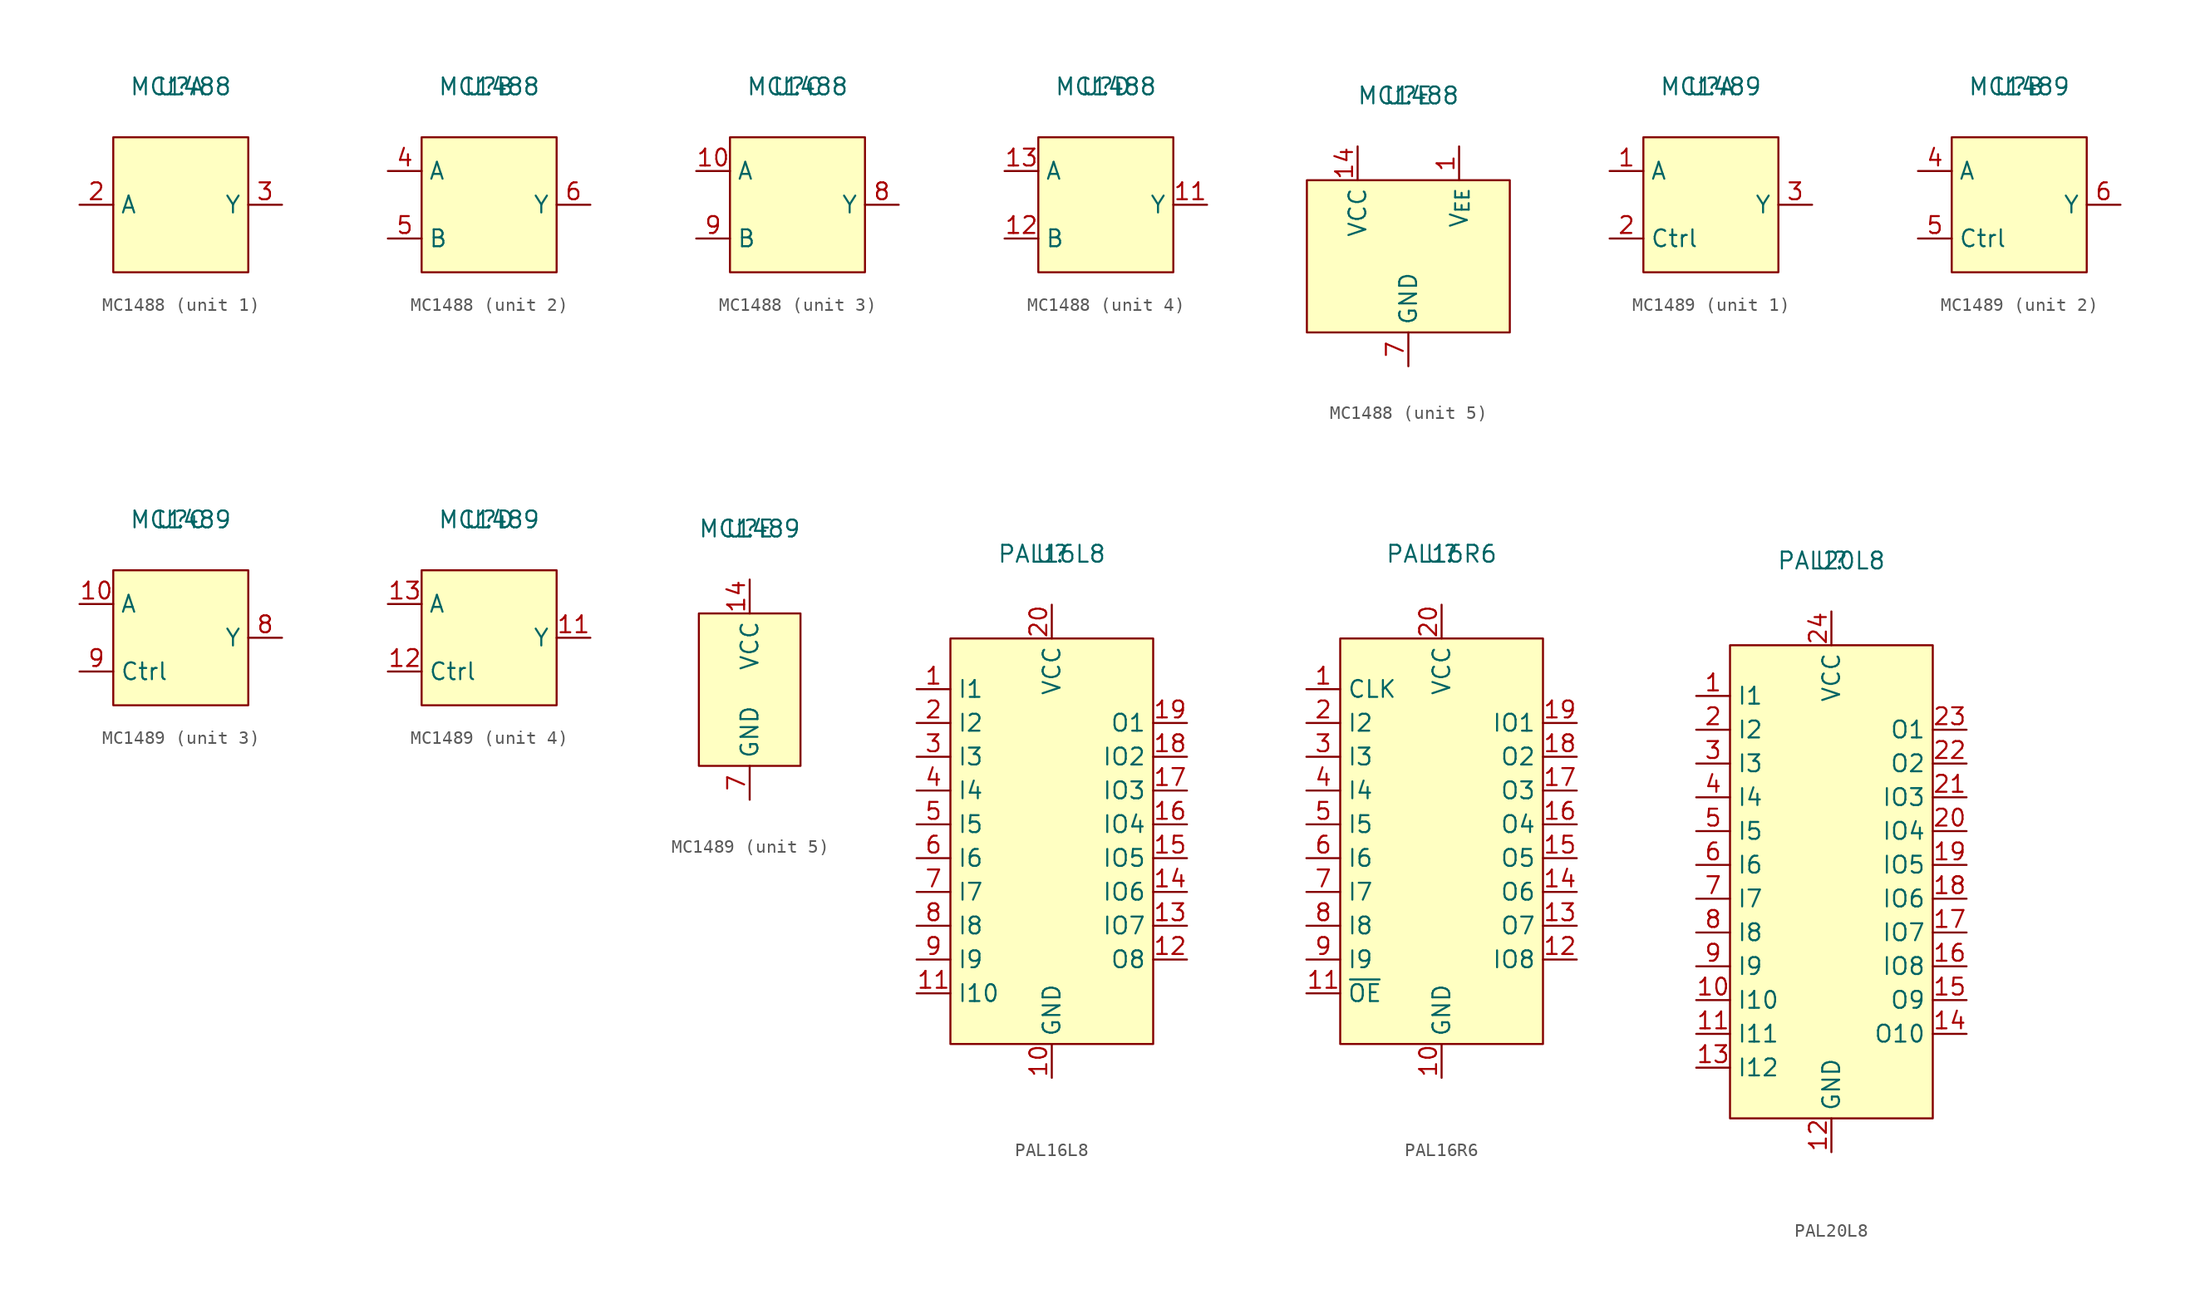
<source format=kicad_sym>
(kicad_symbol_lib
  (version 20220914)
  (generator kicad_symbol_editor)
  (symbol "MC1488"
    (property "Reference" "U"
      (at 0 0 0)
      (effects (font (size 1.27 1.27))))
    (property "Value" "MC1488"
      (at 0 0 0)
      (effects (font (size 1.27 1.27))))
    (property "ki_locked" ""
      (at 0 0 0)
      (effects (font (size 1.27 1.27))))
    (symbol "MC1488_1_1"
      (rectangle (start -5.08 -3.81) (end 5.08 -13.97) (stroke (width 0) (type default)) (fill (type background)))
      (pin input line (at -7.62 -8.89 0) (length 2.54) (name "A" (effects (font (size 1.27 1.27)))) (number "2" (effects (font (size 1.27 1.27)))))
      (pin output line (at 7.62 -8.89 180) (length 2.54) (name "Y" (effects (font (size 1.27 1.27)))) (number "3" (effects (font (size 1.27 1.27))))))
    (symbol "MC1488_2_1"
      (rectangle (start -5.08 -3.81) (end 5.08 -13.97) (stroke (width 0) (type default)) (fill (type background)))
      (pin input line (at -7.62 -6.35 0) (length 2.54) (name "A" (effects (font (size 1.27 1.27)))) (number "4" (effects (font (size 1.27 1.27)))))
      (pin input line (at -7.62 -11.43 0) (length 2.54) (name "B" (effects (font (size 1.27 1.27)))) (number "5" (effects (font (size 1.27 1.27)))))
      (pin output line (at 7.62 -8.89 180) (length 2.54) (name "Y" (effects (font (size 1.27 1.27)))) (number "6" (effects (font (size 1.27 1.27))))))
    (symbol "MC1488_3_1"
      (rectangle (start -5.08 -3.81) (end 5.08 -13.97) (stroke (width 0) (type default)) (fill (type background)))
      (pin input line (at -7.62 -6.35 0) (length 2.54) (name "A" (effects (font (size 1.27 1.27)))) (number "10" (effects (font (size 1.27 1.27)))))
      (pin output line (at 7.62 -8.89 180) (length 2.54) (name "Y" (effects (font (size 1.27 1.27)))) (number "8" (effects (font (size 1.27 1.27)))))
      (pin input line (at -7.62 -11.43 0) (length 2.54) (name "B" (effects (font (size 1.27 1.27)))) (number "9" (effects (font (size 1.27 1.27))))))
    (symbol "MC1488_4_1"
      (rectangle (start -5.08 -3.81) (end 5.08 -13.97) (stroke (width 0) (type default)) (fill (type background)))
      (pin output line (at 7.62 -8.89 180) (length 2.54) (name "Y" (effects (font (size 1.27 1.27)))) (number "11" (effects (font (size 1.27 1.27)))))
      (pin input line (at -7.62 -11.43 0) (length 2.54) (name "B" (effects (font (size 1.27 1.27)))) (number "12" (effects (font (size 1.27 1.27)))))
      (pin input line (at -7.62 -6.35 0) (length 2.54) (name "A" (effects (font (size 1.27 1.27)))) (number "13" (effects (font (size 1.27 1.27))))))
    (symbol "MC1488_5_1"
      (rectangle (start -7.62 -6.35) (end 7.62 -17.78) (stroke (width 0) (type default)) (fill (type background)))
      (pin power_in line (at 3.81 -3.81 270) (length 2.54) (name "V_{EE}" (effects (font (size 1.27 1.27)))) (number "1" (effects (font (size 1.27 1.27)))))
      (pin power_in line (at -3.81 -3.81 270) (length 2.54) (name "VCC" (effects (font (size 1.27 1.27)))) (number "14" (effects (font (size 1.27 1.27)))))
      (pin power_in line (at 0 -20.32 90) (length 2.54) (name "GND" (effects (font (size 1.27 1.27)))) (number "7" (effects (font (size 1.27 1.27)))))))
  (symbol "MC1489"
    (property "Reference" "U"
      (at 0 0 0)
      (effects (font (size 1.27 1.27))))
    (property "Value" "MC1489"
      (at 0 0 0)
      (effects (font (size 1.27 1.27))))
    (property "ki_locked" ""
      (at 0 0 0)
      (effects (font (size 1.27 1.27))))
    (symbol "MC1489_1_1"
      (rectangle (start -5.08 -3.81) (end 5.08 -13.97) (stroke (width 0) (type default)) (fill (type background)))
      (pin input line (at -7.62 -6.35 0) (length 2.54) (name "A" (effects (font (size 1.27 1.27)))) (number "1" (effects (font (size 1.27 1.27)))))
      (pin input line (at -7.62 -11.43 0) (length 2.54) (name "Ctrl" (effects (font (size 1.27 1.27)))) (number "2" (effects (font (size 1.27 1.27)))))
      (pin output line (at 7.62 -8.89 180) (length 2.54) (name "Y" (effects (font (size 1.27 1.27)))) (number "3" (effects (font (size 1.27 1.27))))))
    (symbol "MC1489_2_1"
      (rectangle (start -5.08 -3.81) (end 5.08 -13.97) (stroke (width 0) (type default)) (fill (type background)))
      (pin input line (at -7.62 -6.35 0) (length 2.54) (name "A" (effects (font (size 1.27 1.27)))) (number "4" (effects (font (size 1.27 1.27)))))
      (pin input line (at -7.62 -11.43 0) (length 2.54) (name "Ctrl" (effects (font (size 1.27 1.27)))) (number "5" (effects (font (size 1.27 1.27)))))
      (pin output line (at 7.62 -8.89 180) (length 2.54) (name "Y" (effects (font (size 1.27 1.27)))) (number "6" (effects (font (size 1.27 1.27))))))
    (symbol "MC1489_3_1"
      (rectangle (start -5.08 -3.81) (end 5.08 -13.97) (stroke (width 0) (type default)) (fill (type background)))
      (pin input line (at -7.62 -6.35 0) (length 2.54) (name "A" (effects (font (size 1.27 1.27)))) (number "10" (effects (font (size 1.27 1.27)))))
      (pin output line (at 7.62 -8.89 180) (length 2.54) (name "Y" (effects (font (size 1.27 1.27)))) (number "8" (effects (font (size 1.27 1.27)))))
      (pin input line (at -7.62 -11.43 0) (length 2.54) (name "Ctrl" (effects (font (size 1.27 1.27)))) (number "9" (effects (font (size 1.27 1.27))))))
    (symbol "MC1489_4_1"
      (rectangle (start -5.08 -3.81) (end 5.08 -13.97) (stroke (width 0) (type default)) (fill (type background)))
      (pin output line (at 7.62 -8.89 180) (length 2.54) (name "Y" (effects (font (size 1.27 1.27)))) (number "11" (effects (font (size 1.27 1.27)))))
      (pin input line (at -7.62 -11.43 0) (length 2.54) (name "Ctrl" (effects (font (size 1.27 1.27)))) (number "12" (effects (font (size 1.27 1.27)))))
      (pin input line (at -7.62 -6.35 0) (length 2.54) (name "A" (effects (font (size 1.27 1.27)))) (number "13" (effects (font (size 1.27 1.27))))))
    (symbol "MC1489_5_1"
      (rectangle (start -3.81 -6.35) (end 3.81 -17.78) (stroke (width 0) (type default)) (fill (type background)))
      (pin power_in line (at 0 -3.81 270) (length 2.54) (name "VCC" (effects (font (size 1.27 1.27)))) (number "14" (effects (font (size 1.27 1.27)))))
      (pin power_in line (at 0 -20.32 90) (length 2.54) (name "GND" (effects (font (size 1.27 1.27)))) (number "7" (effects (font (size 1.27 1.27)))))))
  (symbol "PAL16L8"
    (property "Reference" "U"
      (at 0 0 0)
      (effects (font (size 1.27 1.27))))
    (property "Value" "PAL16L8"
      (at 0 0 0)
      (effects (font (size 1.27 1.27))))
    (symbol "PAL16L8_1_1"
      (rectangle (start -7.62 -6.35) (end 7.62 -36.83) (stroke (width 0) (type default)) (fill (type background)))
      (pin input line (at -10.16 -10.16 0) (length 2.54) (name "I1" (effects (font (size 1.27 1.27)))) (number "1" (effects (font (size 1.27 1.27)))))
      (pin power_in line (at 0 -39.37 90) (length 2.54) (name "GND" (effects (font (size 1.27 1.27)))) (number "10" (effects (font (size 1.27 1.27)))))
      (pin input line (at -10.16 -33.02 0) (length 2.54) (name "I10" (effects (font (size 1.27 1.27)))) (number "11" (effects (font (size 1.27 1.27)))))
      (pin tri_state line (at 10.16 -30.48 180) (length 2.54) (name "O8" (effects (font (size 1.27 1.27)))) (number "12" (effects (font (size 1.27 1.27)))))
      (pin bidirectional line (at 10.16 -27.94 180) (length 2.54) (name "IO7" (effects (font (size 1.27 1.27)))) (number "13" (effects (font (size 1.27 1.27)))))
      (pin bidirectional line (at 10.16 -25.4 180) (length 2.54) (name "IO6" (effects (font (size 1.27 1.27)))) (number "14" (effects (font (size 1.27 1.27)))))
      (pin bidirectional line (at 10.16 -22.86 180) (length 2.54) (name "IO5" (effects (font (size 1.27 1.27)))) (number "15" (effects (font (size 1.27 1.27)))))
      (pin bidirectional line (at 10.16 -20.32 180) (length 2.54) (name "IO4" (effects (font (size 1.27 1.27)))) (number "16" (effects (font (size 1.27 1.27)))))
      (pin bidirectional line (at 10.16 -17.78 180) (length 2.54) (name "IO3" (effects (font (size 1.27 1.27)))) (number "17" (effects (font (size 1.27 1.27)))))
      (pin bidirectional line (at 10.16 -15.24 180) (length 2.54) (name "IO2" (effects (font (size 1.27 1.27)))) (number "18" (effects (font (size 1.27 1.27)))))
      (pin tri_state line (at 10.16 -12.7 180) (length 2.54) (name "O1" (effects (font (size 1.27 1.27)))) (number "19" (effects (font (size 1.27 1.27)))))
      (pin input line (at -10.16 -12.7 0) (length 2.54) (name "I2" (effects (font (size 1.27 1.27)))) (number "2" (effects (font (size 1.27 1.27)))))
      (pin power_in line (at 0 -3.81 270) (length 2.54) (name "VCC" (effects (font (size 1.27 1.27)))) (number "20" (effects (font (size 1.27 1.27)))))
      (pin input line (at -10.16 -15.24 0) (length 2.54) (name "I3" (effects (font (size 1.27 1.27)))) (number "3" (effects (font (size 1.27 1.27)))))
      (pin input line (at -10.16 -17.78 0) (length 2.54) (name "I4" (effects (font (size 1.27 1.27)))) (number "4" (effects (font (size 1.27 1.27)))))
      (pin input line (at -10.16 -20.32 0) (length 2.54) (name "I5" (effects (font (size 1.27 1.27)))) (number "5" (effects (font (size 1.27 1.27)))))
      (pin input line (at -10.16 -22.86 0) (length 2.54) (name "I6" (effects (font (size 1.27 1.27)))) (number "6" (effects (font (size 1.27 1.27)))))
      (pin input line (at -10.16 -25.4 0) (length 2.54) (name "I7" (effects (font (size 1.27 1.27)))) (number "7" (effects (font (size 1.27 1.27)))))
      (pin input line (at -10.16 -27.94 0) (length 2.54) (name "I8" (effects (font (size 1.27 1.27)))) (number "8" (effects (font (size 1.27 1.27)))))
      (pin input line (at -10.16 -30.48 0) (length 2.54) (name "I9" (effects (font (size 1.27 1.27)))) (number "9" (effects (font (size 1.27 1.27)))))))
  (symbol "PAL16R6"
    (property "Reference" "U"
      (at 0 0 0)
      (effects (font (size 1.27 1.27))))
    (property "Value" "PAL16R6"
      (at 0 0 0)
      (effects (font (size 1.27 1.27))))
    (symbol "PAL16R6_1_1"
      (rectangle (start -7.62 -6.35) (end 7.62 -36.83) (stroke (width 0) (type default)) (fill (type background)))
      (pin input line (at -10.16 -10.16 0) (length 2.54) (name "CLK" (effects (font (size 1.27 1.27)))) (number "1" (effects (font (size 1.27 1.27)))))
      (pin power_in line (at 0 -39.37 90) (length 2.54) (name "GND" (effects (font (size 1.27 1.27)))) (number "10" (effects (font (size 1.27 1.27)))))
      (pin input line (at -10.16 -33.02 0) (length 2.54) (name "~{OE}" (effects (font (size 1.27 1.27)))) (number "11" (effects (font (size 1.27 1.27)))))
      (pin bidirectional line (at 10.16 -30.48 180) (length 2.54) (name "IO8" (effects (font (size 1.27 1.27)))) (number "12" (effects (font (size 1.27 1.27)))))
      (pin tri_state line (at 10.16 -27.94 180) (length 2.54) (name "O7" (effects (font (size 1.27 1.27)))) (number "13" (effects (font (size 1.27 1.27)))))
      (pin tri_state line (at 10.16 -25.4 180) (length 2.54) (name "O6" (effects (font (size 1.27 1.27)))) (number "14" (effects (font (size 1.27 1.27)))))
      (pin tri_state line (at 10.16 -22.86 180) (length 2.54) (name "O5" (effects (font (size 1.27 1.27)))) (number "15" (effects (font (size 1.27 1.27)))))
      (pin tri_state line (at 10.16 -20.32 180) (length 2.54) (name "O4" (effects (font (size 1.27 1.27)))) (number "16" (effects (font (size 1.27 1.27)))))
      (pin tri_state line (at 10.16 -17.78 180) (length 2.54) (name "O3" (effects (font (size 1.27 1.27)))) (number "17" (effects (font (size 1.27 1.27)))))
      (pin tri_state line (at 10.16 -15.24 180) (length 2.54) (name "O2" (effects (font (size 1.27 1.27)))) (number "18" (effects (font (size 1.27 1.27)))))
      (pin bidirectional line (at 10.16 -12.7 180) (length 2.54) (name "IO1" (effects (font (size 1.27 1.27)))) (number "19" (effects (font (size 1.27 1.27)))))
      (pin input line (at -10.16 -12.7 0) (length 2.54) (name "I2" (effects (font (size 1.27 1.27)))) (number "2" (effects (font (size 1.27 1.27)))))
      (pin power_in line (at 0 -3.81 270) (length 2.54) (name "VCC" (effects (font (size 1.27 1.27)))) (number "20" (effects (font (size 1.27 1.27)))))
      (pin input line (at -10.16 -15.24 0) (length 2.54) (name "I3" (effects (font (size 1.27 1.27)))) (number "3" (effects (font (size 1.27 1.27)))))
      (pin input line (at -10.16 -17.78 0) (length 2.54) (name "I4" (effects (font (size 1.27 1.27)))) (number "4" (effects (font (size 1.27 1.27)))))
      (pin input line (at -10.16 -20.32 0) (length 2.54) (name "I5" (effects (font (size 1.27 1.27)))) (number "5" (effects (font (size 1.27 1.27)))))
      (pin input line (at -10.16 -22.86 0) (length 2.54) (name "I6" (effects (font (size 1.27 1.27)))) (number "6" (effects (font (size 1.27 1.27)))))
      (pin input line (at -10.16 -25.4 0) (length 2.54) (name "I7" (effects (font (size 1.27 1.27)))) (number "7" (effects (font (size 1.27 1.27)))))
      (pin input line (at -10.16 -27.94 0) (length 2.54) (name "I8" (effects (font (size 1.27 1.27)))) (number "8" (effects (font (size 1.27 1.27)))))
      (pin input line (at -10.16 -30.48 0) (length 2.54) (name "I9" (effects (font (size 1.27 1.27)))) (number "9" (effects (font (size 1.27 1.27)))))))
  (symbol "PAL20L8"
    (property "Reference" "U"
      (at 0 0 0)
      (effects (font (size 1.27 1.27))))
    (property "Value" "PAL20L8"
      (at 0 0 0)
      (effects (font (size 1.27 1.27))))
    (symbol "PAL20L8_1_1"
      (rectangle (start -7.62 -6.35) (end 7.62 -41.91) (stroke (width 0) (type default)) (fill (type background)))
      (pin input line (at -10.16 -10.16 0) (length 2.54) (name "I1" (effects (font (size 1.27 1.27)))) (number "1" (effects (font (size 1.27 1.27)))))
      (pin input line (at -10.16 -33.02 0) (length 2.54) (name "I10" (effects (font (size 1.27 1.27)))) (number "10" (effects (font (size 1.27 1.27)))))
      (pin input line (at -10.16 -35.56 0) (length 2.54) (name "I11" (effects (font (size 1.27 1.27)))) (number "11" (effects (font (size 1.27 1.27)))))
      (pin power_in line (at 0 -44.45 90) (length 2.54) (name "GND" (effects (font (size 1.27 1.27)))) (number "12" (effects (font (size 1.27 1.27)))))
      (pin input line (at -10.16 -38.1 0) (length 2.54) (name "I12" (effects (font (size 1.27 1.27)))) (number "13" (effects (font (size 1.27 1.27)))))
      (pin output line (at 10.16 -35.56 180) (length 2.54) (name "O10" (effects (font (size 1.27 1.27)))) (number "14" (effects (font (size 1.27 1.27)))))
      (pin tri_state line (at 10.16 -33.02 180) (length 2.54) (name "O9" (effects (font (size 1.27 1.27)))) (number "15" (effects (font (size 1.27 1.27)))))
      (pin bidirectional line (at 10.16 -30.48 180) (length 2.54) (name "IO8" (effects (font (size 1.27 1.27)))) (number "16" (effects (font (size 1.27 1.27)))))
      (pin bidirectional line (at 10.16 -27.94 180) (length 2.54) (name "IO7" (effects (font (size 1.27 1.27)))) (number "17" (effects (font (size 1.27 1.27)))))
      (pin bidirectional line (at 10.16 -25.4 180) (length 2.54) (name "IO6" (effects (font (size 1.27 1.27)))) (number "18" (effects (font (size 1.27 1.27)))))
      (pin bidirectional line (at 10.16 -22.86 180) (length 2.54) (name "IO5" (effects (font (size 1.27 1.27)))) (number "19" (effects (font (size 1.27 1.27)))))
      (pin input line (at -10.16 -12.7 0) (length 2.54) (name "I2" (effects (font (size 1.27 1.27)))) (number "2" (effects (font (size 1.27 1.27)))))
      (pin bidirectional line (at 10.16 -20.32 180) (length 2.54) (name "IO4" (effects (font (size 1.27 1.27)))) (number "20" (effects (font (size 1.27 1.27)))))
      (pin bidirectional line (at 10.16 -17.78 180) (length 2.54) (name "IO3" (effects (font (size 1.27 1.27)))) (number "21" (effects (font (size 1.27 1.27)))))
      (pin tri_state line (at 10.16 -15.24 180) (length 2.54) (name "O2" (effects (font (size 1.27 1.27)))) (number "22" (effects (font (size 1.27 1.27)))))
      (pin output line (at 10.16 -12.7 180) (length 2.54) (name "O1" (effects (font (size 1.27 1.27)))) (number "23" (effects (font (size 1.27 1.27)))))
      (pin power_in line (at 0 -3.81 270) (length 2.54) (name "VCC" (effects (font (size 1.27 1.27)))) (number "24" (effects (font (size 1.27 1.27)))))
      (pin input line (at -10.16 -15.24 0) (length 2.54) (name "I3" (effects (font (size 1.27 1.27)))) (number "3" (effects (font (size 1.27 1.27)))))
      (pin input line (at -10.16 -17.78 0) (length 2.54) (name "I4" (effects (font (size 1.27 1.27)))) (number "4" (effects (font (size 1.27 1.27)))))
      (pin input line (at -10.16 -20.32 0) (length 2.54) (name "I5" (effects (font (size 1.27 1.27)))) (number "5" (effects (font (size 1.27 1.27)))))
      (pin input line (at -10.16 -22.86 0) (length 2.54) (name "I6" (effects (font (size 1.27 1.27)))) (number "6" (effects (font (size 1.27 1.27)))))
      (pin input line (at -10.16 -25.4 0) (length 2.54) (name "I7" (effects (font (size 1.27 1.27)))) (number "7" (effects (font (size 1.27 1.27)))))
      (pin input line (at -10.16 -27.94 0) (length 2.54) (name "I8" (effects (font (size 1.27 1.27)))) (number "8" (effects (font (size 1.27 1.27)))))
      (pin input line (at -10.16 -30.48 0) (length 2.54) (name "I9" (effects (font (size 1.27 1.27)))) (number "9" (effects (font (size 1.27 1.27))))))))
</source>
